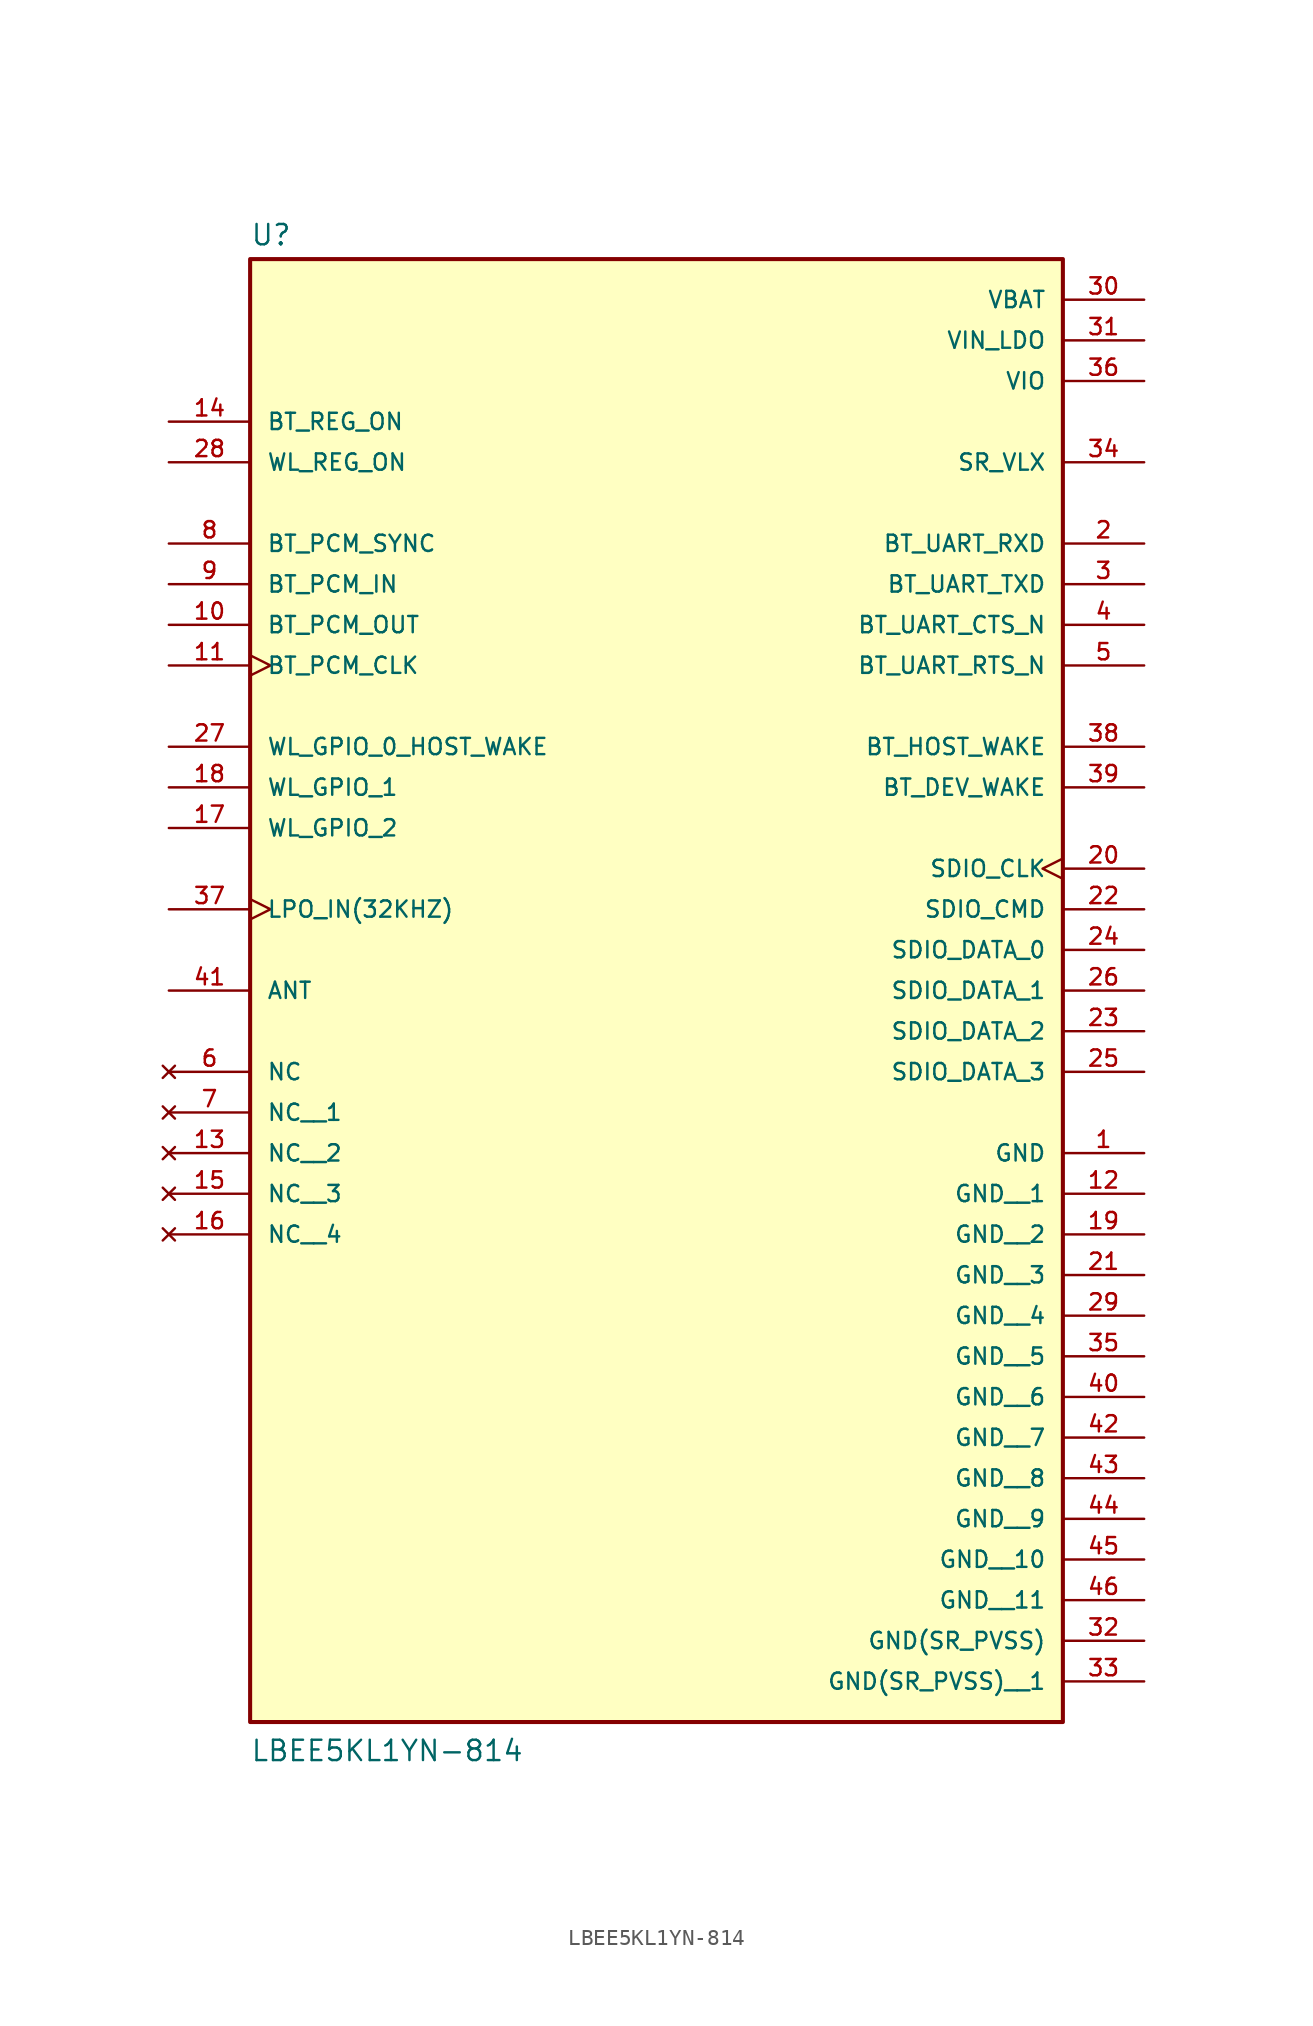
<source format=kicad_sym>
(kicad_symbol_lib
  (version 20241209)
  (generator "kicad_symbol_editor")
  (generator_version "9.0")
  (symbol "LBEE5KL1YN-814"
    (pin_names
      (offset 1.016))
    (property "Reference" "U"
      (at -25.4 31.242 0)
      (effects (font (size 1.27 1.27)) (justify left bottom)))
    (property "Value" "LBEE5KL1YN-814"
      (at -25.4 -63.5 0)
      (effects (font (size 1.27 1.27)) (justify left bottom)))
    (symbol "LBEE5KL1YN-814_0_0"
      (rectangle (start -25.4 -60.96) (end 25.4 30.48) (stroke (width 0.254) (type default)) (fill (type background)))
      (pin input line (at -30.48 20.32 0) (length 5.08) (name "BT_REG_ON" (effects (font (size 1.016 1.016)))) (number "14" (effects (font (size 1.016 1.016)))))
      (pin input line (at -30.48 17.78 0) (length 5.08) (name "WL_REG_ON" (effects (font (size 1.016 1.016)))) (number "28" (effects (font (size 1.016 1.016)))))
      (pin bidirectional line (at -30.48 12.7 0) (length 5.08) (name "BT_PCM_SYNC" (effects (font (size 1.016 1.016)))) (number "8" (effects (font (size 1.016 1.016)))))
      (pin input line (at -30.48 10.16 0) (length 5.08) (name "BT_PCM_IN" (effects (font (size 1.016 1.016)))) (number "9" (effects (font (size 1.016 1.016)))))
      (pin output line (at -30.48 7.62 0) (length 5.08) (name "BT_PCM_OUT" (effects (font (size 1.016 1.016)))) (number "10" (effects (font (size 1.016 1.016)))))
      (pin bidirectional clock (at -30.48 5.08 0) (length 5.08) (name "BT_PCM_CLK" (effects (font (size 1.016 1.016)))) (number "11" (effects (font (size 1.016 1.016)))))
      (pin bidirectional line (at -30.48 0 0) (length 5.08) (name "WL_GPIO_0_HOST_WAKE" (effects (font (size 1.016 1.016)))) (number "27" (effects (font (size 1.016 1.016)))))
      (pin bidirectional line (at -30.48 -2.54 0) (length 5.08) (name "WL_GPIO_1" (effects (font (size 1.016 1.016)))) (number "18" (effects (font (size 1.016 1.016)))))
      (pin bidirectional line (at -30.48 -5.08 0) (length 5.08) (name "WL_GPIO_2" (effects (font (size 1.016 1.016)))) (number "17" (effects (font (size 1.016 1.016)))))
      (pin input clock (at -30.48 -10.16 0) (length 5.08) (name "LPO_IN(32KHZ)" (effects (font (size 1.016 1.016)))) (number "37" (effects (font (size 1.016 1.016)))))
      (pin passive line (at -30.48 -15.24 0) (length 5.08) (name "ANT" (effects (font (size 1.016 1.016)))) (number "41" (effects (font (size 1.016 1.016)))))
      (pin no_connect line (at -30.48 -20.32 0) (length 5.08) (name "NC" (effects (font (size 1.016 1.016)))) (number "6" (effects (font (size 1.016 1.016)))))
      (pin no_connect line (at -30.48 -22.86 0) (length 5.08) (name "NC__1" (effects (font (size 1.016 1.016)))) (number "7" (effects (font (size 1.016 1.016)))))
      (pin no_connect line (at -30.48 -25.4 0) (length 5.08) (name "NC__2" (effects (font (size 1.016 1.016)))) (number "13" (effects (font (size 1.016 1.016)))))
      (pin no_connect line (at -30.48 -27.94 0) (length 5.08) (name "NC__3" (effects (font (size 1.016 1.016)))) (number "15" (effects (font (size 1.016 1.016)))))
      (pin no_connect line (at -30.48 -30.48 0) (length 5.08) (name "NC__4" (effects (font (size 1.016 1.016)))) (number "16" (effects (font (size 1.016 1.016)))))
      (pin power_in line (at 30.48 27.94 180) (length 5.08) (name "VBAT" (effects (font (size 1.016 1.016)))) (number "30" (effects (font (size 1.016 1.016)))))
      (pin power_in line (at 30.48 25.4 180) (length 5.08) (name "VIN_LDO" (effects (font (size 1.016 1.016)))) (number "31" (effects (font (size 1.016 1.016)))))
      (pin power_in line (at 30.48 22.86 180) (length 5.08) (name "VIO" (effects (font (size 1.016 1.016)))) (number "36" (effects (font (size 1.016 1.016)))))
      (pin output line (at 30.48 17.78 180) (length 5.08) (name "SR_VLX" (effects (font (size 1.016 1.016)))) (number "34" (effects (font (size 1.016 1.016)))))
      (pin input line (at 30.48 12.7 180) (length 5.08) (name "BT_UART_RXD" (effects (font (size 1.016 1.016)))) (number "2" (effects (font (size 1.016 1.016)))))
      (pin output line (at 30.48 10.16 180) (length 5.08) (name "BT_UART_TXD" (effects (font (size 1.016 1.016)))) (number "3" (effects (font (size 1.016 1.016)))))
      (pin input line (at 30.48 7.62 180) (length 5.08) (name "BT_UART_CTS_N" (effects (font (size 1.016 1.016)))) (number "4" (effects (font (size 1.016 1.016)))))
      (pin output line (at 30.48 5.08 180) (length 5.08) (name "BT_UART_RTS_N" (effects (font (size 1.016 1.016)))) (number "5" (effects (font (size 1.016 1.016)))))
      (pin bidirectional line (at 30.48 0 180) (length 5.08) (name "BT_HOST_WAKE" (effects (font (size 1.016 1.016)))) (number "38" (effects (font (size 1.016 1.016)))))
      (pin bidirectional line (at 30.48 -2.54 180) (length 5.08) (name "BT_DEV_WAKE" (effects (font (size 1.016 1.016)))) (number "39" (effects (font (size 1.016 1.016)))))
      (pin input clock (at 30.48 -7.62 180) (length 5.08) (name "SDIO_CLK" (effects (font (size 1.016 1.016)))) (number "20" (effects (font (size 1.016 1.016)))))
      (pin bidirectional line (at 30.48 -10.16 180) (length 5.08) (name "SDIO_CMD" (effects (font (size 1.016 1.016)))) (number "22" (effects (font (size 1.016 1.016)))))
      (pin bidirectional line (at 30.48 -12.7 180) (length 5.08) (name "SDIO_DATA_0" (effects (font (size 1.016 1.016)))) (number "24" (effects (font (size 1.016 1.016)))))
      (pin bidirectional line (at 30.48 -15.24 180) (length 5.08) (name "SDIO_DATA_1" (effects (font (size 1.016 1.016)))) (number "26" (effects (font (size 1.016 1.016)))))
      (pin bidirectional line (at 30.48 -17.78 180) (length 5.08) (name "SDIO_DATA_2" (effects (font (size 1.016 1.016)))) (number "23" (effects (font (size 1.016 1.016)))))
      (pin bidirectional line (at 30.48 -20.32 180) (length 5.08) (name "SDIO_DATA_3" (effects (font (size 1.016 1.016)))) (number "25" (effects (font (size 1.016 1.016)))))
      (pin power_in line (at 30.48 -25.4 180) (length 5.08) (name "GND" (effects (font (size 1.016 1.016)))) (number "1" (effects (font (size 1.016 1.016)))))
      (pin power_in line (at 30.48 -27.94 180) (length 5.08) (name "GND__1" (effects (font (size 1.016 1.016)))) (number "12" (effects (font (size 1.016 1.016)))))
      (pin power_in line (at 30.48 -30.48 180) (length 5.08) (name "GND__2" (effects (font (size 1.016 1.016)))) (number "19" (effects (font (size 1.016 1.016)))))
      (pin power_in line (at 30.48 -33.02 180) (length 5.08) (name "GND__3" (effects (font (size 1.016 1.016)))) (number "21" (effects (font (size 1.016 1.016)))))
      (pin power_in line (at 30.48 -35.56 180) (length 5.08) (name "GND__4" (effects (font (size 1.016 1.016)))) (number "29" (effects (font (size 1.016 1.016)))))
      (pin power_in line (at 30.48 -38.1 180) (length 5.08) (name "GND__5" (effects (font (size 1.016 1.016)))) (number "35" (effects (font (size 1.016 1.016)))))
      (pin power_in line (at 30.48 -40.64 180) (length 5.08) (name "GND__6" (effects (font (size 1.016 1.016)))) (number "40" (effects (font (size 1.016 1.016)))))
      (pin power_in line (at 30.48 -43.18 180) (length 5.08) (name "GND__7" (effects (font (size 1.016 1.016)))) (number "42" (effects (font (size 1.016 1.016)))))
      (pin power_in line (at 30.48 -45.72 180) (length 5.08) (name "GND__8" (effects (font (size 1.016 1.016)))) (number "43" (effects (font (size 1.016 1.016)))))
      (pin power_in line (at 30.48 -48.26 180) (length 5.08) (name "GND__9" (effects (font (size 1.016 1.016)))) (number "44" (effects (font (size 1.016 1.016)))))
      (pin power_in line (at 30.48 -50.8 180) (length 5.08) (name "GND__10" (effects (font (size 1.016 1.016)))) (number "45" (effects (font (size 1.016 1.016)))))
      (pin power_in line (at 30.48 -53.34 180) (length 5.08) (name "GND__11" (effects (font (size 1.016 1.016)))) (number "46" (effects (font (size 1.016 1.016)))))
      (pin power_in line (at 30.48 -55.88 180) (length 5.08) (name "GND(SR_PVSS)" (effects (font (size 1.016 1.016)))) (number "32" (effects (font (size 1.016 1.016)))))
      (pin power_in line (at 30.48 -58.42 180) (length 5.08) (name "GND(SR_PVSS)__1" (effects (font (size 1.016 1.016)))) (number "33" (effects (font (size 1.016 1.016))))))))
</source>
